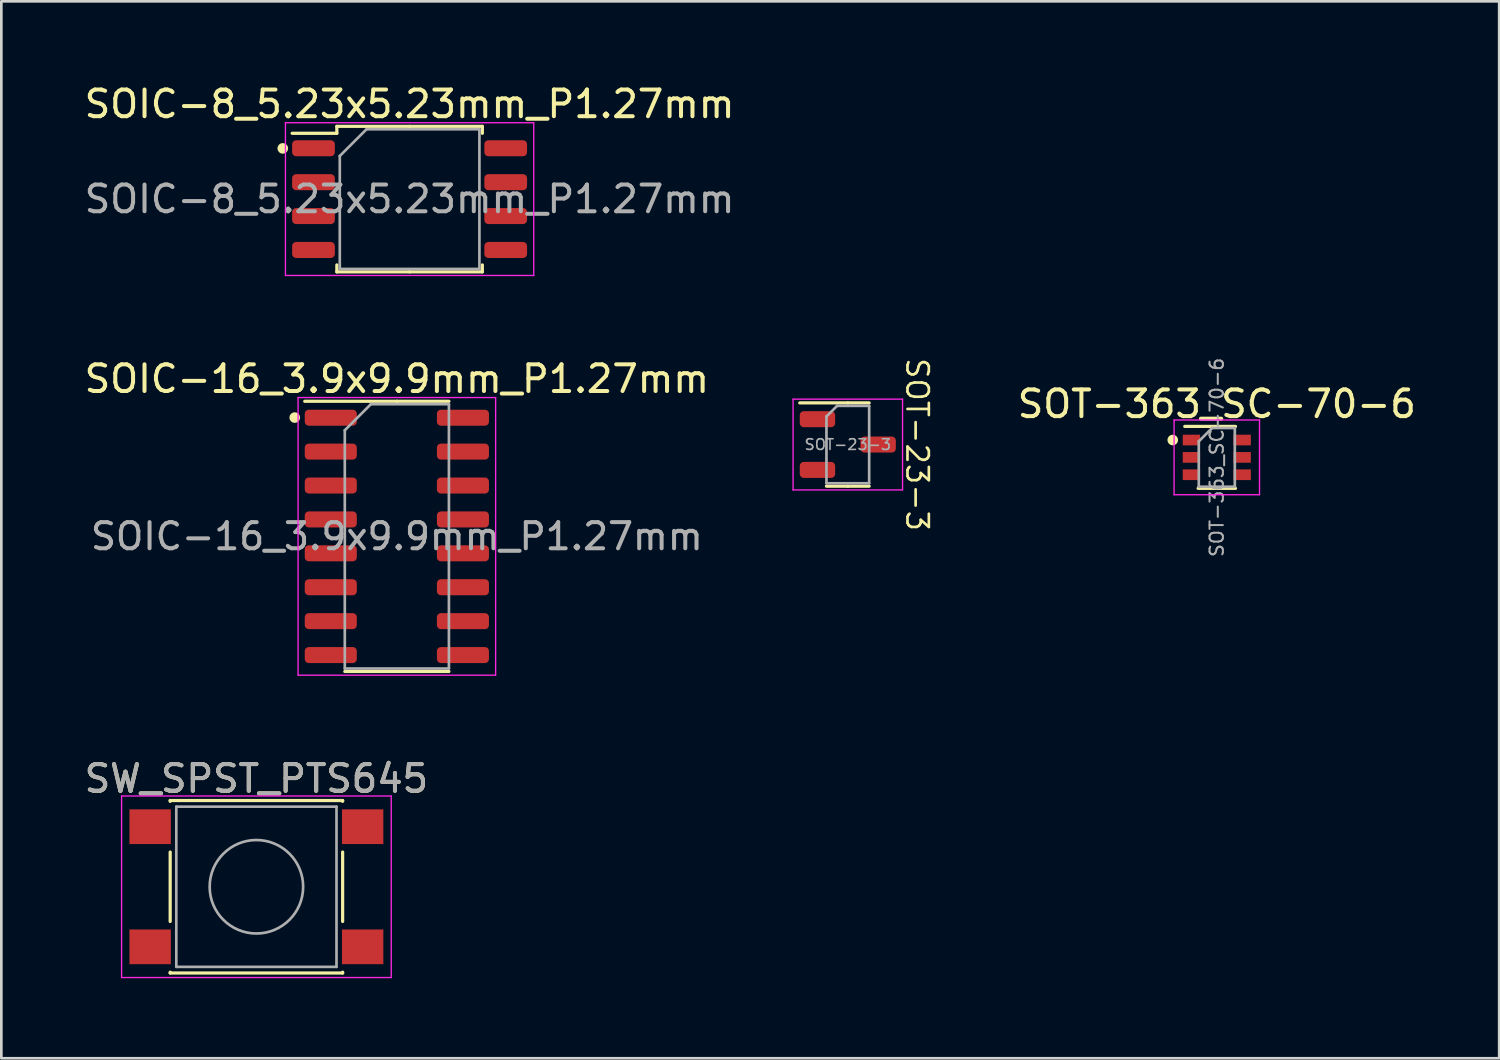
<source format=kicad_pcb>
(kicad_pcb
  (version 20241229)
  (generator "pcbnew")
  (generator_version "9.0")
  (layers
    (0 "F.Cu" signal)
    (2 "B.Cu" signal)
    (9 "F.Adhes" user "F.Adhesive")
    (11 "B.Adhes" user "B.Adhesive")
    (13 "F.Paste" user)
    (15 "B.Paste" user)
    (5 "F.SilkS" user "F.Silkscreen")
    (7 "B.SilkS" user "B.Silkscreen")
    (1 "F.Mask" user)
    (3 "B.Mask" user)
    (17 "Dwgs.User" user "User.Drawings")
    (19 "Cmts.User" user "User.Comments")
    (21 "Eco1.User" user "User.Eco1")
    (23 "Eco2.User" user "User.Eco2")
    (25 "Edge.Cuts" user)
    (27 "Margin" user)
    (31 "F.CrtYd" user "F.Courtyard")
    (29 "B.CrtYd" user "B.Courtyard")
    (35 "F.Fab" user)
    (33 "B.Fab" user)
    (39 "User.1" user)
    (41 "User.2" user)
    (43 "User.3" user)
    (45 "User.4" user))
  (footprint "SOIC-16_3.9x9.9mm_P1.27mm"
    (layer "F.Cu")
    (at 11.815 17.041)
    (property "Reference" "SOIC-16_3.9x9.9mm_P1.27mm" (at 0 -5.9 0) (layer "F.SilkS") (effects (font (size 1 1) (thickness 0.15))))
    (attr smd)
    (fp_line (start 0 -5.06) (end -3.45 -5.06) (stroke (width 0.12) (type solid)) (layer "F.SilkS"))
    (fp_line (start 0 -5.06) (end 1.95 -5.06) (stroke (width 0.12) (type solid)) (layer "F.SilkS"))
    (fp_line (start 0 5.06) (end -1.95 5.06) (stroke (width 0.12) (type solid)) (layer "F.SilkS"))
    (fp_line (start 0 5.06) (end 1.95 5.06) (stroke (width 0.12) (type solid)) (layer "F.SilkS"))
    (fp_circle (center -3.825 -4.45) (end -3.725 -4.45) (stroke (width 0.2) (type solid)) (fill no) (layer "F.SilkS"))
    (fp_line (start -3.7 -5.2) (end -3.7 5.2) (stroke (width 0.05) (type solid)) (layer "F.CrtYd"))
    (fp_line (start -3.7 5.2) (end 3.7 5.2) (stroke (width 0.05) (type solid)) (layer "F.CrtYd"))
    (fp_line (start 3.7 -5.2) (end -3.7 -5.2) (stroke (width 0.05) (type solid)) (layer "F.CrtYd"))
    (fp_line (start 3.7 5.2) (end 3.7 -5.2) (stroke (width 0.05) (type solid)) (layer "F.CrtYd"))
    (fp_line (start -1.95 -3.975) (end -0.975 -4.95) (stroke (width 0.1) (type solid)) (layer "F.Fab"))
    (fp_line (start -1.95 4.95) (end -1.95 -3.975) (stroke (width 0.1) (type solid)) (layer "F.Fab"))
    (fp_line (start -0.975 -4.95) (end 1.95 -4.95) (stroke (width 0.1) (type solid)) (layer "F.Fab"))
    (fp_line (start 1.95 -4.95) (end 1.95 4.95) (stroke (width 0.1) (type solid)) (layer "F.Fab"))
    (fp_line (start 1.95 4.95) (end -1.95 4.95) (stroke (width 0.1) (type solid)) (layer "F.Fab"))
    (fp_text user "${REFERENCE}" (at 0 0 0) (layer "F.Fab") (effects (font (size 0.98 0.98) (thickness 0.15))))
    (pad "1" smd roundrect (at -2.475 -4.445) (size 1.95 0.6) (layers "F.Cu" "F.Mask" "F.Paste") (roundrect_rratio 0.25))
    (pad "2" smd roundrect (at -2.475 -3.175) (size 1.95 0.6) (layers "F.Cu" "F.Mask" "F.Paste") (roundrect_rratio 0.25))
    (pad "3" smd roundrect (at -2.475 -1.905) (size 1.95 0.6) (layers "F.Cu" "F.Mask" "F.Paste") (roundrect_rratio 0.25))
    (pad "4" smd roundrect (at -2.475 -0.635) (size 1.95 0.6) (layers "F.Cu" "F.Mask" "F.Paste") (roundrect_rratio 0.25))
    (pad "5" smd roundrect (at -2.475 0.635) (size 1.95 0.6) (layers "F.Cu" "F.Mask" "F.Paste") (roundrect_rratio 0.25))
    (pad "6" smd roundrect (at -2.475 1.905) (size 1.95 0.6) (layers "F.Cu" "F.Mask" "F.Paste") (roundrect_rratio 0.25))
    (pad "7" smd roundrect (at -2.475 3.175) (size 1.95 0.6) (layers "F.Cu" "F.Mask" "F.Paste") (roundrect_rratio 0.25))
    (pad "8" smd roundrect (at -2.475 4.445) (size 1.95 0.6) (layers "F.Cu" "F.Mask" "F.Paste") (roundrect_rratio 0.25))
    (pad "9" smd roundrect (at 2.475 4.445) (size 1.95 0.6) (layers "F.Cu" "F.Mask" "F.Paste") (roundrect_rratio 0.25))
    (pad "10" smd roundrect (at 2.475 3.175) (size 1.95 0.6) (layers "F.Cu" "F.Mask" "F.Paste") (roundrect_rratio 0.25))
    (pad "11" smd roundrect (at 2.475 1.905) (size 1.95 0.6) (layers "F.Cu" "F.Mask" "F.Paste") (roundrect_rratio 0.25))
    (pad "12" smd roundrect (at 2.475 0.635) (size 1.95 0.6) (layers "F.Cu" "F.Mask" "F.Paste") (roundrect_rratio 0.25))
    (pad "13" smd roundrect (at 2.475 -0.635) (size 1.95 0.6) (layers "F.Cu" "F.Mask" "F.Paste") (roundrect_rratio 0.25))
    (pad "14" smd roundrect (at 2.475 -1.905) (size 1.95 0.6) (layers "F.Cu" "F.Mask" "F.Paste") (roundrect_rratio 0.25))
    (pad "15" smd roundrect (at 2.475 -3.175) (size 1.95 0.6) (layers "F.Cu" "F.Mask" "F.Paste") (roundrect_rratio 0.25))
    (pad "16" smd roundrect (at 2.475 -4.445) (size 1.95 0.6) (layers "F.Cu" "F.Mask" "F.Paste") (roundrect_rratio 0.25)))
  (footprint "SW_SPST_PTS645"
    (layer "F.Cu")
    (at 6.554 30.165)
    (property "Reference" "SW_SPST_PTS645" (at 0 -4.05 0) (layer "F.SilkS") (effects (font (size 1 1) (thickness 0.15))))
    (attr smd)
    (fp_line (start -3.23 -3.23) (end 3.23 -3.23) (stroke (width 0.12) (type solid)) (layer "F.SilkS"))
    (fp_line (start -3.23 -3.2) (end -3.23 -3.23) (stroke (width 0.12) (type solid)) (layer "F.SilkS"))
    (fp_line (start -3.23 -1.3) (end -3.23 1.3) (stroke (width 0.12) (type solid)) (layer "F.SilkS"))
    (fp_line (start -3.23 3.23) (end -3.23 3.2) (stroke (width 0.12) (type solid)) (layer "F.SilkS"))
    (fp_line (start -3.23 3.23) (end 3.23 3.23) (stroke (width 0.12) (type solid)) (layer "F.SilkS"))
    (fp_line (start 3.23 -3.23) (end 3.23 -3.2) (stroke (width 0.12) (type solid)) (layer "F.SilkS"))
    (fp_line (start 3.23 -1.3) (end 3.23 1.3) (stroke (width 0.12) (type solid)) (layer "F.SilkS"))
    (fp_line (start 3.23 3.23) (end 3.23 3.2) (stroke (width 0.12) (type solid)) (layer "F.SilkS"))
    (fp_line (start -5.05 -3.4) (end -5.05 3.4) (stroke (width 0.05) (type solid)) (layer "F.CrtYd"))
    (fp_line (start -5.05 -3.4) (end 5.05 -3.4) (stroke (width 0.05) (type solid)) (layer "F.CrtYd"))
    (fp_line (start -5.05 3.4) (end 5.05 3.4) (stroke (width 0.05) (type solid)) (layer "F.CrtYd"))
    (fp_line (start 5.05 3.4) (end 5.05 -3.4) (stroke (width 0.05) (type solid)) (layer "F.CrtYd"))
    (fp_line (start -3 -3) (end -3 3) (stroke (width 0.1) (type solid)) (layer "F.Fab"))
    (fp_line (start -3 3) (end 3 3) (stroke (width 0.1) (type solid)) (layer "F.Fab"))
    (fp_line (start 3 -3) (end -3 -3) (stroke (width 0.1) (type solid)) (layer "F.Fab"))
    (fp_line (start 3 3) (end 3 -3) (stroke (width 0.1) (type solid)) (layer "F.Fab"))
    (fp_circle (center 0 0) (end 1.75 -0.05) (stroke (width 0.1) (type solid)) (fill no) (layer "F.Fab"))
    (fp_text user "${REFERENCE}" (at 0 -4.05 0) (layer "F.Fab") (effects (font (size 1 1) (thickness 0.15))))
    (pad "1" smd rect (at -3.98 -2.25) (size 1.55 1.3) (layers "F.Cu" "F.Mask" "F.Paste"))
    (pad "1" smd rect (at 3.98 -2.25) (size 1.55 1.3) (layers "F.Cu" "F.Mask" "F.Paste"))
    (pad "2" smd rect (at -3.98 2.25) (size 1.55 1.3) (layers "F.Cu" "F.Mask" "F.Paste"))
    (pad "2" smd rect (at 3.98 2.25) (size 1.55 1.3) (layers "F.Cu" "F.Mask" "F.Paste")))
  (footprint "SOT-363_SC-70-6"
    (layer "F.Cu")
    (at 42.527 14.082)
    (property "Reference" "SOT-363_SC-70-6" (at 0 -2 0) (layer "F.SilkS") (effects (font (size 1 1) (thickness 0.15))))
    (attr smd)
    (fp_line (start -0.7 1.16) (end 0.7 1.16) (stroke (width 0.12) (type solid)) (layer "F.SilkS"))
    (fp_line (start 0.7 -1.16) (end -1.2 -1.16) (stroke (width 0.12) (type solid)) (layer "F.SilkS"))
    (fp_circle (center -1.65 -0.65) (end -1.55 -0.65) (stroke (width 0.2) (type solid)) (fill no) (layer "F.SilkS"))
    (fp_line (start -1.6 -1.4) (end -1.6 1.4) (stroke (width 0.05) (type solid)) (layer "F.CrtYd"))
    (fp_line (start -1.6 -1.4) (end 1.6 -1.4) (stroke (width 0.05) (type solid)) (layer "F.CrtYd"))
    (fp_line (start -1.6 1.4) (end 1.6 1.4) (stroke (width 0.05) (type solid)) (layer "F.CrtYd"))
    (fp_line (start 1.6 1.4) (end 1.6 -1.4) (stroke (width 0.05) (type solid)) (layer "F.CrtYd"))
    (fp_line (start -0.675 -0.6) (end -0.675 1.1) (stroke (width 0.1) (type solid)) (layer "F.Fab"))
    (fp_line (start -0.175 -1.1) (end -0.675 -0.6) (stroke (width 0.1) (type solid)) (layer "F.Fab"))
    (fp_line (start 0.675 -1.1) (end -0.175 -1.1) (stroke (width 0.1) (type solid)) (layer "F.Fab"))
    (fp_line (start 0.675 -1.1) (end 0.675 1.1) (stroke (width 0.1) (type solid)) (layer "F.Fab"))
    (fp_line (start 0.675 1.1) (end -0.675 1.1) (stroke (width 0.1) (type solid)) (layer "F.Fab"))
    (fp_text user "${REFERENCE}" (at 0 0 90) (layer "F.Fab") (effects (font (size 0.5 0.5) (thickness 0.075))))
    (pad "1" smd rect (at -0.95 -0.65) (size 0.65 0.4) (layers "F.Cu" "F.Mask" "F.Paste"))
    (pad "2" smd rect (at -0.95 0) (size 0.65 0.4) (layers "F.Cu" "F.Mask" "F.Paste"))
    (pad "3" smd rect (at -0.95 0.65) (size 0.65 0.4) (layers "F.Cu" "F.Mask" "F.Paste"))
    (pad "4" smd rect (at 0.95 0.65) (size 0.65 0.4) (layers "F.Cu" "F.Mask" "F.Paste"))
    (pad "5" smd rect (at 0.95 0) (size 0.65 0.4) (layers "F.Cu" "F.Mask" "F.Paste"))
    (pad "6" smd rect (at 0.95 -0.65) (size 0.65 0.4) (layers "F.Cu" "F.Mask" "F.Paste")))
  (footprint "SOIC-8_5.23x5.23mm_P1.27mm"
    (layer "F.Cu")
    (at 12.292 4.408)
    (property "Reference" "SOIC-8_5.23x5.23mm_P1.27mm" (at 0 -3.56 0) (layer "F.SilkS") (effects (font (size 1 1) (thickness 0.15))))
    (attr smd)
    (fp_line (start -2.725 -2.725) (end -2.725 -2.465) (stroke (width 0.12) (type solid)) (layer "F.SilkS"))
    (fp_line (start -2.725 -2.465) (end -4.4 -2.465) (stroke (width 0.12) (type solid)) (layer "F.SilkS"))
    (fp_line (start -2.725 2.725) (end -2.725 2.465) (stroke (width 0.12) (type solid)) (layer "F.SilkS"))
    (fp_line (start 0 -2.725) (end -2.725 -2.725) (stroke (width 0.12) (type solid)) (layer "F.SilkS"))
    (fp_line (start 0 -2.725) (end 2.725 -2.725) (stroke (width 0.12) (type solid)) (layer "F.SilkS"))
    (fp_line (start 0 2.725) (end -2.725 2.725) (stroke (width 0.12) (type solid)) (layer "F.SilkS"))
    (fp_line (start 0 2.725) (end 2.725 2.725) (stroke (width 0.12) (type solid)) (layer "F.SilkS"))
    (fp_line (start 2.725 -2.725) (end 2.725 -2.465) (stroke (width 0.12) (type solid)) (layer "F.SilkS"))
    (fp_line (start 2.725 2.725) (end 2.725 2.465) (stroke (width 0.12) (type solid)) (layer "F.SilkS"))
    (fp_circle (center -4.75 -1.9) (end -4.65 -1.9) (stroke (width 0.2) (type solid)) (fill no) (layer "F.SilkS"))
    (fp_line (start -4.65 -2.86) (end -4.65 2.86) (stroke (width 0.05) (type solid)) (layer "F.CrtYd"))
    (fp_line (start -4.65 2.86) (end 4.65 2.86) (stroke (width 0.05) (type solid)) (layer "F.CrtYd"))
    (fp_line (start 4.65 -2.86) (end -4.65 -2.86) (stroke (width 0.05) (type solid)) (layer "F.CrtYd"))
    (fp_line (start 4.65 2.86) (end 4.65 -2.86) (stroke (width 0.05) (type solid)) (layer "F.CrtYd"))
    (fp_line (start -2.615 -1.615) (end -1.615 -2.615) (stroke (width 0.1) (type solid)) (layer "F.Fab"))
    (fp_line (start -2.615 2.615) (end -2.615 -1.615) (stroke (width 0.1) (type solid)) (layer "F.Fab"))
    (fp_line (start -1.615 -2.615) (end 2.615 -2.615) (stroke (width 0.1) (type solid)) (layer "F.Fab"))
    (fp_line (start 2.615 -2.615) (end 2.615 2.615) (stroke (width 0.1) (type solid)) (layer "F.Fab"))
    (fp_line (start 2.615 2.615) (end -2.615 2.615) (stroke (width 0.1) (type solid)) (layer "F.Fab"))
    (fp_text user "${REFERENCE}" (at 0 0 0) (layer "F.Fab") (effects (font (size 1 1) (thickness 0.15))))
    (pad "1" smd roundrect (at -3.6 -1.905) (size 1.6 0.6) (layers "F.Cu" "F.Mask" "F.Paste") (roundrect_rratio 0.25))
    (pad "2" smd roundrect (at -3.6 -0.635) (size 1.6 0.6) (layers "F.Cu" "F.Mask" "F.Paste") (roundrect_rratio 0.25))
    (pad "3" smd roundrect (at -3.6 0.635) (size 1.6 0.6) (layers "F.Cu" "F.Mask" "F.Paste") (roundrect_rratio 0.25))
    (pad "4" smd roundrect (at -3.6 1.905) (size 1.6 0.6) (layers "F.Cu" "F.Mask" "F.Paste") (roundrect_rratio 0.25))
    (pad "5" smd roundrect (at 3.6 1.905) (size 1.6 0.6) (layers "F.Cu" "F.Mask" "F.Paste") (roundrect_rratio 0.25))
    (pad "6" smd roundrect (at 3.6 0.635) (size 1.6 0.6) (layers "F.Cu" "F.Mask" "F.Paste") (roundrect_rratio 0.25))
    (pad "7" smd roundrect (at 3.6 -0.635) (size 1.6 0.6) (layers "F.Cu" "F.Mask" "F.Paste") (roundrect_rratio 0.25))
    (pad "8" smd roundrect (at 3.6 -1.905) (size 1.6 0.6) (layers "F.Cu" "F.Mask" "F.Paste") (roundrect_rratio 0.25)))
  (footprint "SOT-23-3"
    (layer "F.Cu")
    (at 28.706 13.601)
    (property "Reference" "SOT-23-3" (at 2.6 0 270) (unlocked yes) (layer "F.SilkS") (effects (font (size 0.8 0.8) (thickness 0.1))))
    (attr smd)
    (fp_line (start 0 -1.56) (end -1.8 -1.56) (stroke (width 0.12) (type solid)) (layer "F.SilkS"))
    (fp_line (start 0 -1.56) (end 0.8 -1.56) (stroke (width 0.12) (type solid)) (layer "F.SilkS"))
    (fp_line (start 0 1.56) (end -0.8 1.56) (stroke (width 0.12) (type solid)) (layer "F.SilkS"))
    (fp_line (start 0 1.56) (end 0.8 1.56) (stroke (width 0.12) (type solid)) (layer "F.SilkS"))
    (fp_line (start -2.05 -1.7) (end -2.05 1.7) (stroke (width 0.05) (type solid)) (layer "F.CrtYd"))
    (fp_line (start -2.05 1.7) (end 2.05 1.7) (stroke (width 0.05) (type solid)) (layer "F.CrtYd"))
    (fp_line (start 2.05 -1.7) (end -2.05 -1.7) (stroke (width 0.05) (type solid)) (layer "F.CrtYd"))
    (fp_line (start 2.05 1.7) (end 2.05 -1.7) (stroke (width 0.05) (type solid)) (layer "F.CrtYd"))
    (fp_line (start -0.8 -1.05) (end -0.4 -1.45) (stroke (width 0.1) (type solid)) (layer "F.Fab"))
    (fp_line (start -0.8 1.45) (end -0.8 -1.05) (stroke (width 0.1) (type solid)) (layer "F.Fab"))
    (fp_line (start -0.4 -1.45) (end 0.8 -1.45) (stroke (width 0.1) (type solid)) (layer "F.Fab"))
    (fp_line (start 0.8 -1.45) (end 0.8 1.45) (stroke (width 0.1) (type solid)) (layer "F.Fab"))
    (fp_line (start 0.8 1.45) (end -0.8 1.45) (stroke (width 0.1) (type solid)) (layer "F.Fab"))
    (fp_text user "${REFERENCE}" (at 0 0 180) (layer "F.Fab") (effects (font (size 0.4 0.4) (thickness 0.06))))
    (pad "1" smd roundrect (at -1.137 -0.95) (size 1.325 0.6) (layers "F.Cu" "F.Mask" "F.Paste") (roundrect_rratio 0.25))
    (pad "2" smd roundrect (at -1.137 0.95) (size 1.325 0.6) (layers "F.Cu" "F.Mask" "F.Paste") (roundrect_rratio 0.25))
    (pad "3" smd roundrect (at 1.137 0) (size 1.325 0.6) (layers "F.Cu" "F.Mask" "F.Paste") (roundrect_rratio 0.25)))
  (gr_rect
    (start -3 -3)
    (end 53.104 36.59)
    (stroke (width 0.1) (type default))
    (fill no)
    (layer "Edge.Cuts")))
</source>
